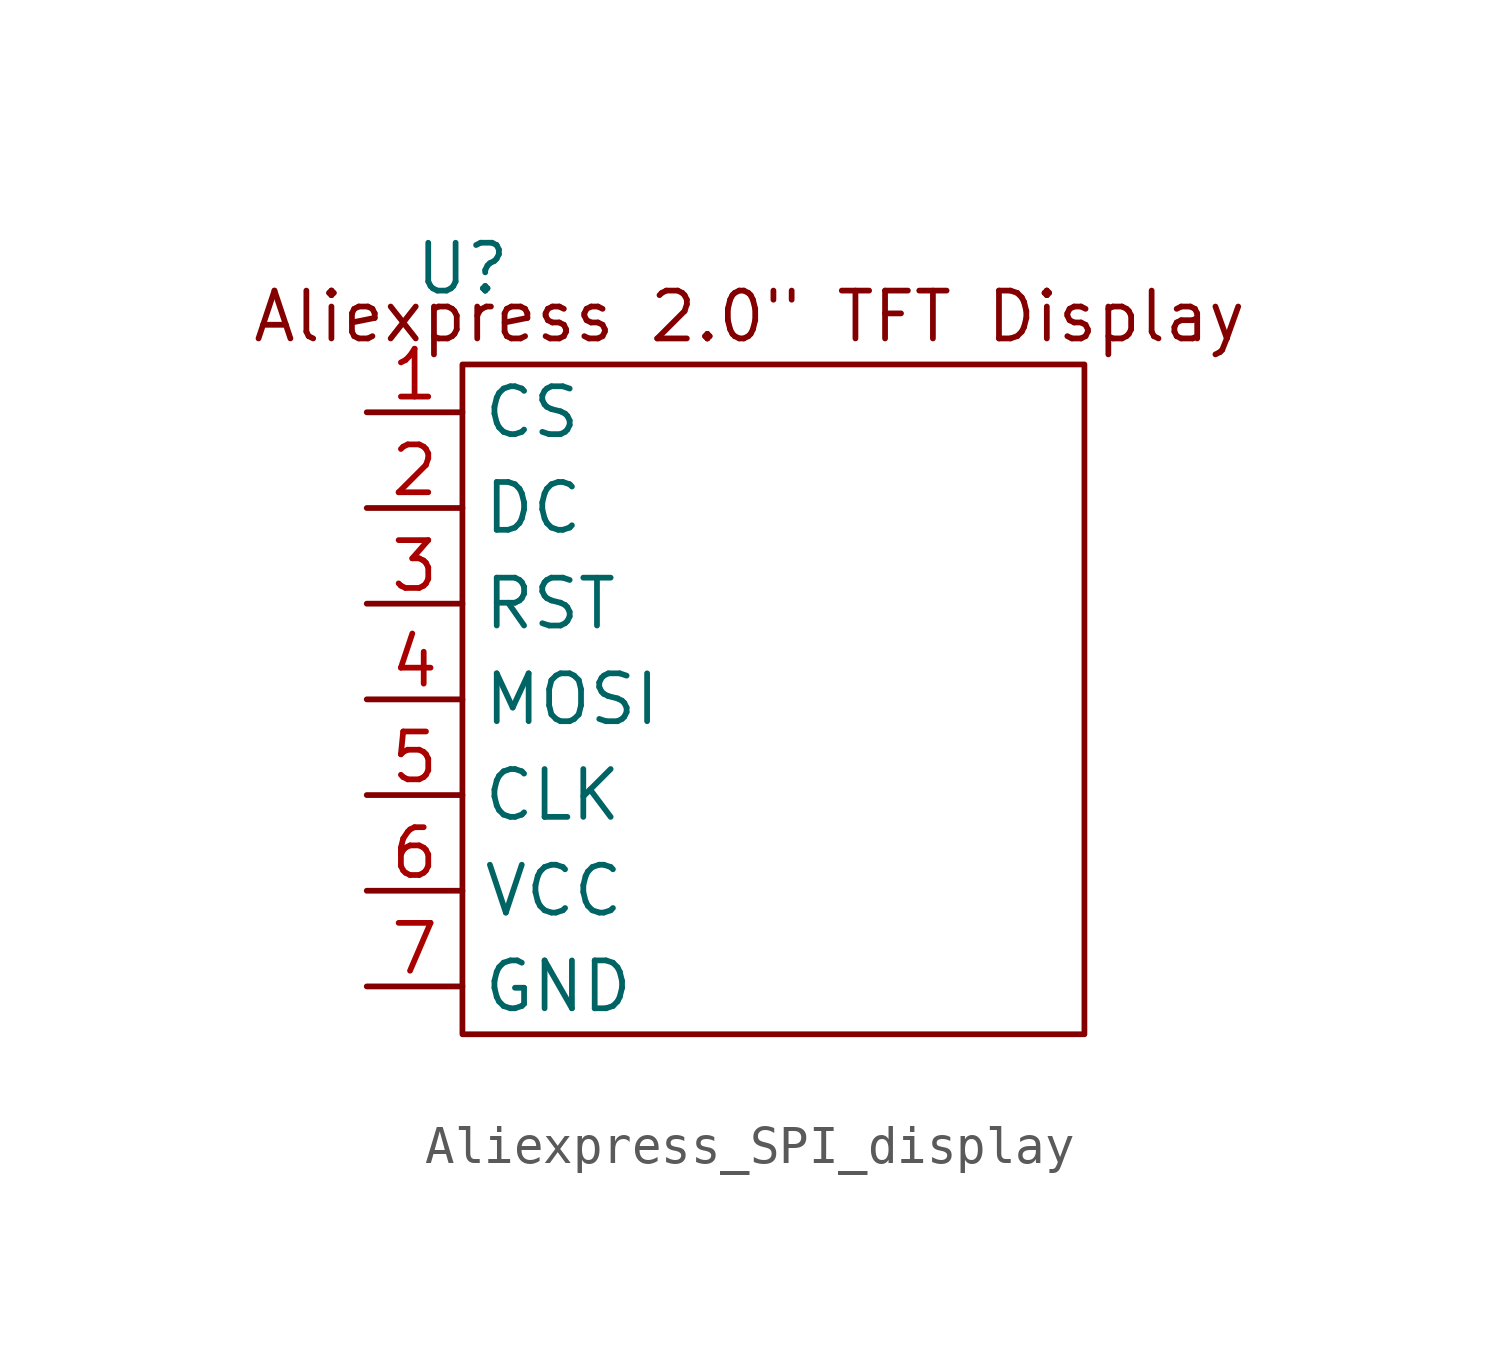
<source format=kicad_sym>
(kicad_symbol_lib
  (version 20220914)
  (generator kicad_symbol_editor)
  (symbol "Aliexpress_SPI_display"
    (property "Reference" "U"
      (at -7.62 11.43 0)
      (effects (font (size 1.27 1.27))))
    (property "Value" ""
      (at -10.16 8.89 0)
      (effects (font (size 1.27 1.27))))
    (symbol "Aliexpress_SPI_display_0_1"
      (rectangle (start -7.62 8.89) (end 8.89 -8.89) (stroke (width 0) (type default)) (fill (type none))))
    (symbol "Aliexpress_SPI_display_1_1"
      (text "Aliexpress 2.0\" TFT Display\n" (at 0 10.16 0) (effects (font (size 1.27 1.27))))
      (pin input line (at -10.16 7.62 0) (length 2.54) (name "CS" (effects (font (size 1.27 1.27)))) (number "1" (effects (font (size 1.27 1.27)))))
      (pin input line (at -10.16 5.08 0) (length 2.54) (name "DC" (effects (font (size 1.27 1.27)))) (number "2" (effects (font (size 1.27 1.27)))))
      (pin input line (at -10.16 2.54 0) (length 2.54) (name "RST" (effects (font (size 1.27 1.27)))) (number "3" (effects (font (size 1.27 1.27)))))
      (pin input line (at -10.16 0 0) (length 2.54) (name "MOSI" (effects (font (size 1.27 1.27)))) (number "4" (effects (font (size 1.27 1.27)))))
      (pin input line (at -10.16 -2.54 0) (length 2.54) (name "CLK" (effects (font (size 1.27 1.27)))) (number "5" (effects (font (size 1.27 1.27)))))
      (pin input line (at -10.16 -5.08 0) (length 2.54) (name "VCC" (effects (font (size 1.27 1.27)))) (number "6" (effects (font (size 1.27 1.27)))))
      (pin input line (at -10.16 -7.62 0) (length 2.54) (name "GND" (effects (font (size 1.27 1.27)))) (number "7" (effects (font (size 1.27 1.27))))))))
</source>
